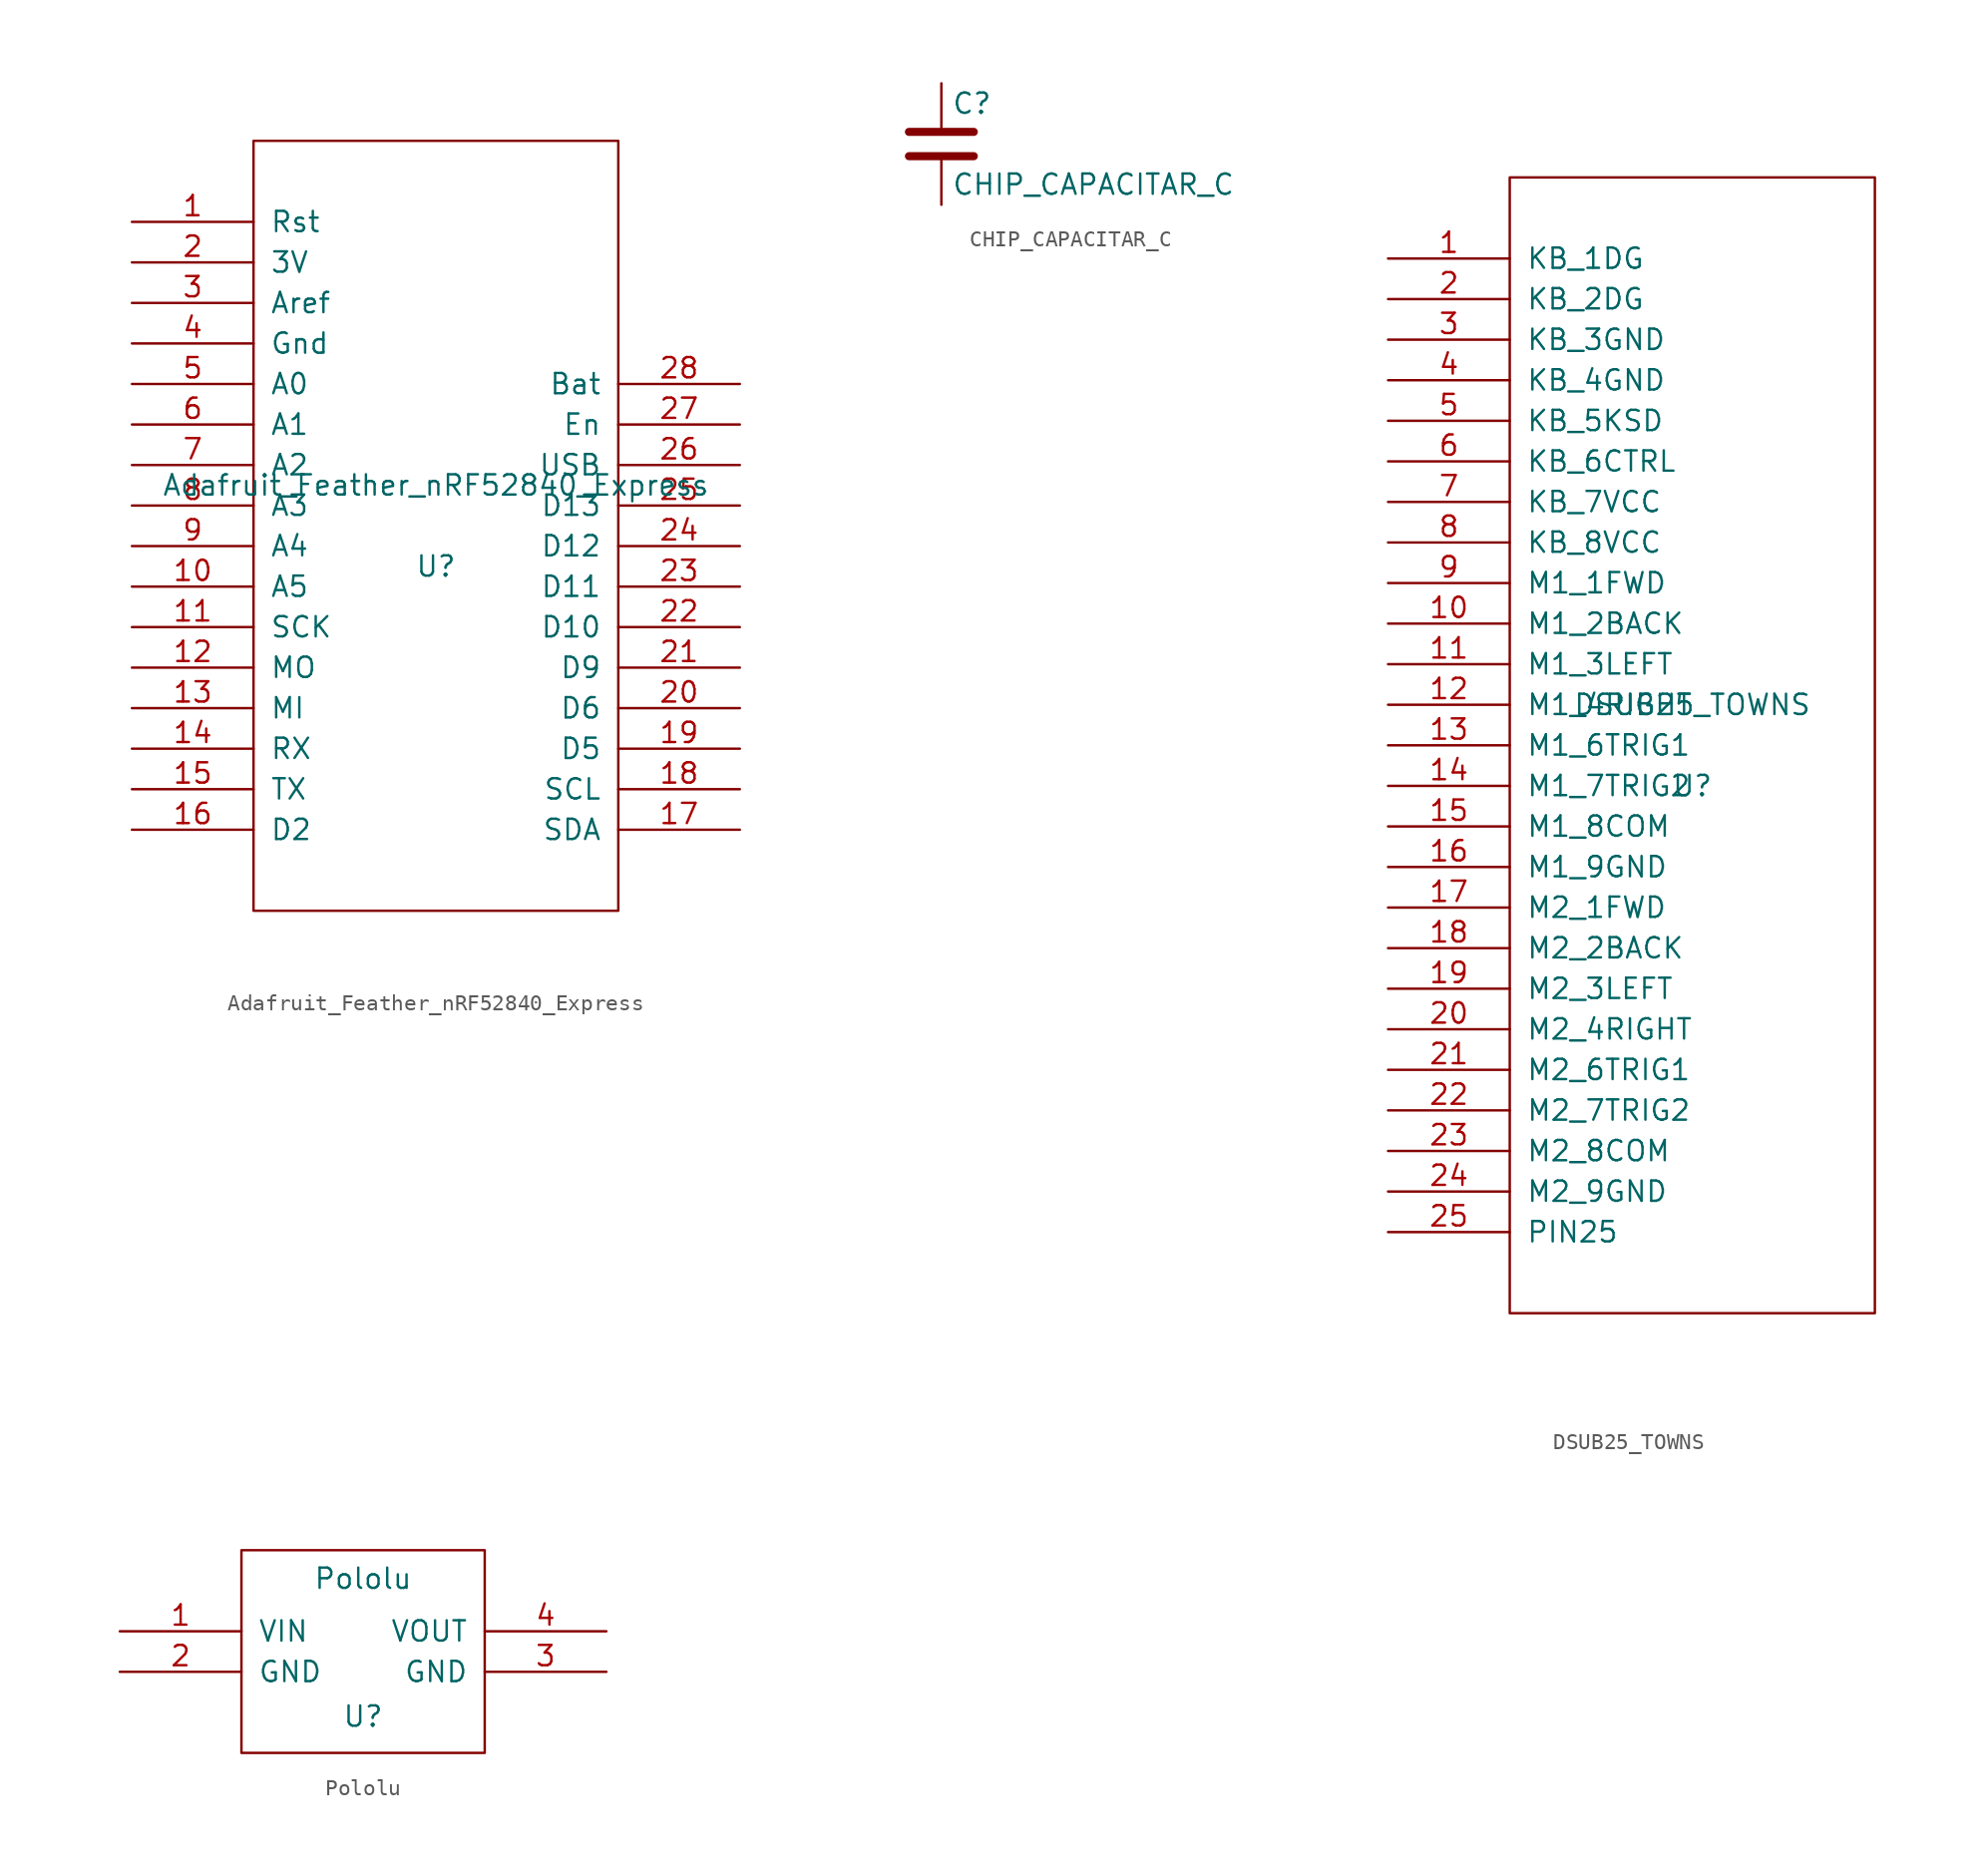
<source format=kicad_sym>
(kicad_symbol_lib
  (version 20241209)
  (generator "kicad_symbol_editor")
  (generator_version "9.0")
  (symbol "Adafruit_Feather_nRF52840_Express"
    (pin_names
      (offset 1.016))
    (property "Reference" "U"
      (at 0 -2.54 0)
      (effects (font (size 1.27 1.27))))
    (property "Value" "Adafruit_Feather_nRF52840_Express"
      (at 0 2.54 0)
      (effects (font (size 1.27 1.27))))
    (symbol "Adafruit_Feather_nRF52840_Express_1_0"
      (rectangle (start -11.43 -24.13) (end 11.43 24.13) (stroke (width 0) (type solid)) (fill (type none))))
    (symbol "Adafruit_Feather_nRF52840_Express_1_1"
      (pin input line (at -19.05 19.05 0) (length 7.62) (name "Rst" (effects (font (size 1.27 1.27)))) (number "1" (effects (font (size 1.27 1.27)))))
      (pin input line (at -19.05 16.51 0) (length 7.62) (name "3V" (effects (font (size 1.27 1.27)))) (number "2" (effects (font (size 1.27 1.27)))))
      (pin input line (at -19.05 13.97 0) (length 7.62) (name "Aref" (effects (font (size 1.27 1.27)))) (number "3" (effects (font (size 1.27 1.27)))))
      (pin input line (at -19.05 11.43 0) (length 7.62) (name "Gnd" (effects (font (size 1.27 1.27)))) (number "4" (effects (font (size 1.27 1.27)))))
      (pin input line (at -19.05 8.89 0) (length 7.62) (name "A0" (effects (font (size 1.27 1.27)))) (number "5" (effects (font (size 1.27 1.27)))))
      (pin input line (at -19.05 6.35 0) (length 7.62) (name "A1" (effects (font (size 1.27 1.27)))) (number "6" (effects (font (size 1.27 1.27)))))
      (pin input line (at -19.05 3.81 0) (length 7.62) (name "A2" (effects (font (size 1.27 1.27)))) (number "7" (effects (font (size 1.27 1.27)))))
      (pin input line (at -19.05 1.27 0) (length 7.62) (name "A3" (effects (font (size 1.27 1.27)))) (number "8" (effects (font (size 1.27 1.27)))))
      (pin input line (at -19.05 -1.27 0) (length 7.62) (name "A4" (effects (font (size 1.27 1.27)))) (number "9" (effects (font (size 1.27 1.27)))))
      (pin input line (at -19.05 -3.81 0) (length 7.62) (name "A5" (effects (font (size 1.27 1.27)))) (number "10" (effects (font (size 1.27 1.27)))))
      (pin input line (at -19.05 -6.35 0) (length 7.62) (name "SCK" (effects (font (size 1.27 1.27)))) (number "11" (effects (font (size 1.27 1.27)))))
      (pin input line (at -19.05 -8.89 0) (length 7.62) (name "MO" (effects (font (size 1.27 1.27)))) (number "12" (effects (font (size 1.27 1.27)))))
      (pin input line (at -19.05 -11.43 0) (length 7.62) (name "MI" (effects (font (size 1.27 1.27)))) (number "13" (effects (font (size 1.27 1.27)))))
      (pin input line (at -19.05 -13.97 0) (length 7.62) (name "RX" (effects (font (size 1.27 1.27)))) (number "14" (effects (font (size 1.27 1.27)))))
      (pin input line (at -19.05 -16.51 0) (length 7.62) (name "TX" (effects (font (size 1.27 1.27)))) (number "15" (effects (font (size 1.27 1.27)))))
      (pin input line (at -19.05 -19.05 0) (length 7.62) (name "D2" (effects (font (size 1.27 1.27)))) (number "16" (effects (font (size 1.27 1.27)))))
      (pin input line (at 19.05 8.89 180) (length 7.62) (name "Bat" (effects (font (size 1.27 1.27)))) (number "28" (effects (font (size 1.27 1.27)))))
      (pin input line (at 19.05 6.35 180) (length 7.62) (name "En" (effects (font (size 1.27 1.27)))) (number "27" (effects (font (size 1.27 1.27)))))
      (pin input line (at 19.05 3.81 180) (length 7.62) (name "USB" (effects (font (size 1.27 1.27)))) (number "26" (effects (font (size 1.27 1.27)))))
      (pin input line (at 19.05 1.27 180) (length 7.62) (name "D13" (effects (font (size 1.27 1.27)))) (number "25" (effects (font (size 1.27 1.27)))))
      (pin input line (at 19.05 -1.27 180) (length 7.62) (name "D12" (effects (font (size 1.27 1.27)))) (number "24" (effects (font (size 1.27 1.27)))))
      (pin input line (at 19.05 -3.81 180) (length 7.62) (name "D11" (effects (font (size 1.27 1.27)))) (number "23" (effects (font (size 1.27 1.27)))))
      (pin input line (at 19.05 -6.35 180) (length 7.62) (name "D10" (effects (font (size 1.27 1.27)))) (number "22" (effects (font (size 1.27 1.27)))))
      (pin input line (at 19.05 -8.89 180) (length 7.62) (name "D9" (effects (font (size 1.27 1.27)))) (number "21" (effects (font (size 1.27 1.27)))))
      (pin input line (at 19.05 -11.43 180) (length 7.62) (name "D6" (effects (font (size 1.27 1.27)))) (number "20" (effects (font (size 1.27 1.27)))))
      (pin input line (at 19.05 -13.97 180) (length 7.62) (name "D5" (effects (font (size 1.27 1.27)))) (number "19" (effects (font (size 1.27 1.27)))))
      (pin input line (at 19.05 -16.51 180) (length 7.62) (name "SCL" (effects (font (size 1.27 1.27)))) (number "18" (effects (font (size 1.27 1.27)))))
      (pin input line (at 19.05 -19.05 180) (length 7.62) (name "SDA" (effects (font (size 1.27 1.27)))) (number "17" (effects (font (size 1.27 1.27)))))))
  (symbol "CHIP_CAPACITAR_C"
    (pin_numbers
      (hide yes))
    (pin_names
      (offset 0.254))
    (property "Reference" "C"
      (at 0.635 2.54 0)
      (effects (font (size 1.27 1.27)) (justify left)))
    (property "Value" "CHIP_CAPACITAR_C"
      (at 0.635 -2.54 0)
      (effects (font (size 1.27 1.27)) (justify left)))
    (symbol "CHIP_CAPACITAR_C_0_1"
      (polyline (pts (xy -2.032 0.762) (xy 2.032 0.762)) (stroke (width 0.508) (type default)) (fill (type none)))
      (polyline (pts (xy -2.032 -0.762) (xy 2.032 -0.762)) (stroke (width 0.508) (type default)) (fill (type none))))
    (symbol "CHIP_CAPACITAR_C_1_1"
      (pin passive line (at 0 3.81 270) (length 2.794) (name "~" (effects (font (size 1.27 1.27)))) (number "1" (effects (font (size 1.27 1.27)))))
      (pin passive line (at 0 -3.81 90) (length 2.794) (name "~" (effects (font (size 1.27 1.27)))) (number "2" (effects (font (size 1.27 1.27)))))))
  (symbol "DSUB25_TOWNS"
    (pin_names
      (offset 1.016))
    (property "Reference" "U"
      (at 0 -2.54 0)
      (effects (font (size 1.27 1.27))))
    (property "Value" "DSUB25_TOWNS"
      (at 0 2.54 0)
      (effects (font (size 1.27 1.27))))
    (symbol "DSUB25_TOWNS_1_0"
      (rectangle (start -11.43 -35.56) (end 11.43 35.56) (stroke (width 0) (type solid)) (fill (type none))))
    (symbol "DSUB25_TOWNS_1_1"
      (pin input line (at -19.05 30.48 0) (length 7.62) (name "KB_1DG" (effects (font (size 1.27 1.27)))) (number "1" (effects (font (size 1.27 1.27)))))
      (pin input line (at -19.05 27.94 0) (length 7.62) (name "KB_2DG" (effects (font (size 1.27 1.27)))) (number "2" (effects (font (size 1.27 1.27)))))
      (pin input line (at -19.05 25.4 0) (length 7.62) (name "KB_3GND" (effects (font (size 1.27 1.27)))) (number "3" (effects (font (size 1.27 1.27)))))
      (pin input line (at -19.05 22.86 0) (length 7.62) (name "KB_4GND" (effects (font (size 1.27 1.27)))) (number "4" (effects (font (size 1.27 1.27)))))
      (pin input line (at -19.05 20.32 0) (length 7.62) (name "KB_5KSD" (effects (font (size 1.27 1.27)))) (number "5" (effects (font (size 1.27 1.27)))))
      (pin input line (at -19.05 17.78 0) (length 7.62) (name "KB_6CTRL" (effects (font (size 1.27 1.27)))) (number "6" (effects (font (size 1.27 1.27)))))
      (pin input line (at -19.05 15.24 0) (length 7.62) (name "KB_7VCC" (effects (font (size 1.27 1.27)))) (number "7" (effects (font (size 1.27 1.27)))))
      (pin input line (at -19.05 12.7 0) (length 7.62) (name "KB_8VCC" (effects (font (size 1.27 1.27)))) (number "8" (effects (font (size 1.27 1.27)))))
      (pin input line (at -19.05 10.16 0) (length 7.62) (name "M1_1FWD" (effects (font (size 1.27 1.27)))) (number "9" (effects (font (size 1.27 1.27)))))
      (pin input line (at -19.05 7.62 0) (length 7.62) (name "M1_2BACK" (effects (font (size 1.27 1.27)))) (number "10" (effects (font (size 1.27 1.27)))))
      (pin input line (at -19.05 5.08 0) (length 7.62) (name "M1_3LEFT" (effects (font (size 1.27 1.27)))) (number "11" (effects (font (size 1.27 1.27)))))
      (pin input line (at -19.05 2.54 0) (length 7.62) (name "M1_4RIGHT" (effects (font (size 1.27 1.27)))) (number "12" (effects (font (size 1.27 1.27)))))
      (pin input line (at -19.05 0 0) (length 7.62) (name "M1_6TRIG1" (effects (font (size 1.27 1.27)))) (number "13" (effects (font (size 1.27 1.27)))))
      (pin input line (at -19.05 -2.54 0) (length 7.62) (name "M1_7TRIG2" (effects (font (size 1.27 1.27)))) (number "14" (effects (font (size 1.27 1.27)))))
      (pin input line (at -19.05 -5.08 0) (length 7.62) (name "M1_8COM" (effects (font (size 1.27 1.27)))) (number "15" (effects (font (size 1.27 1.27)))))
      (pin input line (at -19.05 -7.62 0) (length 7.62) (name "M1_9GND" (effects (font (size 1.27 1.27)))) (number "16" (effects (font (size 1.27 1.27)))))
      (pin input line (at -19.05 -10.16 0) (length 7.62) (name "M2_1FWD" (effects (font (size 1.27 1.27)))) (number "17" (effects (font (size 1.27 1.27)))))
      (pin input line (at -19.05 -12.7 0) (length 7.62) (name "M2_2BACK" (effects (font (size 1.27 1.27)))) (number "18" (effects (font (size 1.27 1.27)))))
      (pin input line (at -19.05 -15.24 0) (length 7.62) (name "M2_3LEFT" (effects (font (size 1.27 1.27)))) (number "19" (effects (font (size 1.27 1.27)))))
      (pin input line (at -19.05 -17.78 0) (length 7.62) (name "M2_4RIGHT" (effects (font (size 1.27 1.27)))) (number "20" (effects (font (size 1.27 1.27)))))
      (pin input line (at -19.05 -20.32 0) (length 7.62) (name "M2_6TRIG1" (effects (font (size 1.27 1.27)))) (number "21" (effects (font (size 1.27 1.27)))))
      (pin input line (at -19.05 -22.86 0) (length 7.62) (name "M2_7TRIG2" (effects (font (size 1.27 1.27)))) (number "22" (effects (font (size 1.27 1.27)))))
      (pin input line (at -19.05 -25.4 0) (length 7.62) (name "M2_8COM" (effects (font (size 1.27 1.27)))) (number "23" (effects (font (size 1.27 1.27)))))
      (pin input line (at -19.05 -27.94 0) (length 7.62) (name "M2_9GND" (effects (font (size 1.27 1.27)))) (number "24" (effects (font (size 1.27 1.27)))))
      (pin input line (at -19.05 -30.48 0) (length 7.62) (name "PIN25" (effects (font (size 1.27 1.27)))) (number "25" (effects (font (size 1.27 1.27)))))))
  (symbol "Pololu"
    (pin_names
      (offset 1.016))
    (property "Reference" "U"
      (at -3.81 -4.064 0)
      (effects (font (size 1.27 1.27))))
    (property "Value" "Pololu"
      (at -3.81 4.572 0)
      (effects (font (size 1.27 1.27))))
    (symbol "Pololu_1_0"
      (rectangle (start -11.43 6.35) (end 3.81 -6.35) (stroke (width 0) (type solid)) (fill (type none))))
    (symbol "Pololu_1_1"
      (pin power_in line (at -19.05 1.27 0) (length 7.62) (name "VIN" (effects (font (size 1.27 1.27)))) (number "1" (effects (font (size 1.27 1.27)))))
      (pin input line (at -19.05 -1.27 0) (length 7.62) (name "GND" (effects (font (size 1.27 1.27)))) (number "2" (effects (font (size 1.27 1.27)))))
      (pin input line (at 11.43 1.27 180) (length 7.62) (name "VOUT" (effects (font (size 1.27 1.27)))) (number "4" (effects (font (size 1.27 1.27)))))
      (pin input line (at 11.43 -1.27 180) (length 7.62) (name "GND" (effects (font (size 1.27 1.27)))) (number "3" (effects (font (size 1.27 1.27))))))))
</source>
